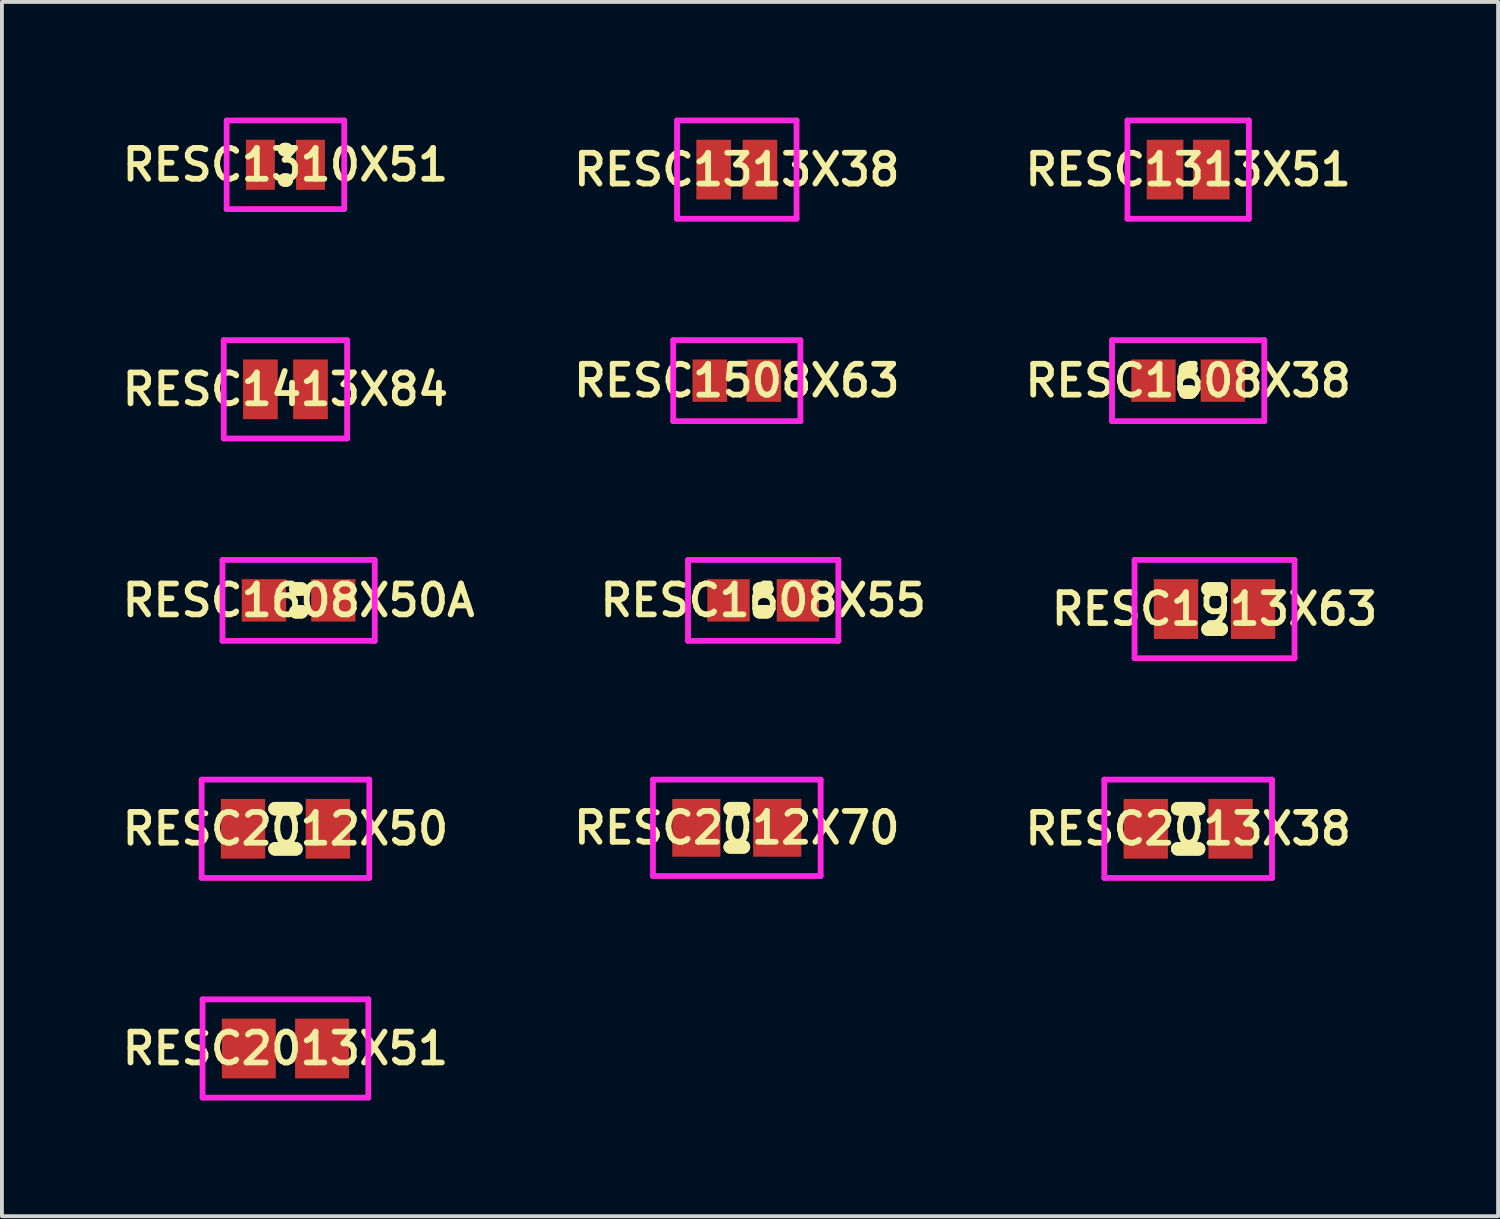
<source format=kicad_pcb>
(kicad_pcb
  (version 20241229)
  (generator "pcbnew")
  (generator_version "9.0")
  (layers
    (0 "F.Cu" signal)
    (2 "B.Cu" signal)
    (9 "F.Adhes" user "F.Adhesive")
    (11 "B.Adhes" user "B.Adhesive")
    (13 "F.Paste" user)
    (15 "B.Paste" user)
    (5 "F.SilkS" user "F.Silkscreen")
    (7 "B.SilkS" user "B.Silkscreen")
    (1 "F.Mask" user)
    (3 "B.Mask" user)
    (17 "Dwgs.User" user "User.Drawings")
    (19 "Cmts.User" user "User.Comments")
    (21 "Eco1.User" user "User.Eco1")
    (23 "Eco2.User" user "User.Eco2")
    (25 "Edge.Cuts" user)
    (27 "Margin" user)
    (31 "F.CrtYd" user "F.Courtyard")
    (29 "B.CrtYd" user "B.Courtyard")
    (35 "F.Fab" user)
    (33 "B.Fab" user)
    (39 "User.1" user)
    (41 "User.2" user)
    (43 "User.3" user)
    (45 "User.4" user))
  (footprint "RESC1413X84"
    (layer "F.Cu")
    (at 4.355 7.05)
    (property "Reference" "RESC1413X84" (at 0 0 0) (layer "F.SilkS") (effects (font (size 0.8 0.8) (thickness 0.15))))
    (attr through_hole)
    (fp_line (start -1.6 -1.275) (end 1.6 -1.275) (stroke (width 0.15) (type solid)) (layer "F.CrtYd"))
    (fp_line (start -1.6 1.275) (end -1.6 -1.275) (stroke (width 0.15) (type solid)) (layer "F.CrtYd"))
    (fp_line (start 1.6 -1.275) (end 1.6 1.275) (stroke (width 0.15) (type solid)) (layer "F.CrtYd"))
    (fp_line (start 1.6 1.275) (end -1.6 1.275) (stroke (width 0.15) (type solid)) (layer "F.CrtYd"))
    (pad "1" smd rect (at -0.65 0) (size 0.9 1.55) (layers "F.Cu" "F.Mask" "F.Paste"))
    (pad "2" smd rect (at 0.65 0) (size 0.9 1.55) (layers "F.Cu" "F.Mask" "F.Paste")))
  (footprint "RESC1608X50A"
    (layer "F.Cu")
    (at 4.697 12.525)
    (property "Reference" "RESC1608X50A" (at 0 0 0) (layer "F.SilkS") (effects (font (size 0.8 0.8) (thickness 0.15))))
    (attr smd)
    (fp_line (start -0.071 -0.296) (end 0.071 -0.296) (stroke (width 0.35) (type solid)) (layer "F.SilkS"))
    (fp_line (start -0.071 0.296) (end 0.071 0.296) (stroke (width 0.35) (type solid)) (layer "F.SilkS"))
    (fp_line (start 0.071 -0.296) (end -0.071 -0.296) (stroke (width 0.35) (type solid)) (layer "F.SilkS"))
    (fp_line (start 0.071 0.296) (end -0.071 0.296) (stroke (width 0.35) (type solid)) (layer "F.SilkS"))
    (fp_line (start -1.975 -1.05) (end 1.975 -1.05) (stroke (width 0.15) (type solid)) (layer "F.CrtYd"))
    (fp_line (start -1.975 1.05) (end -1.975 -1.05) (stroke (width 0.15) (type solid)) (layer "F.CrtYd"))
    (fp_line (start 1.975 -1.05) (end 1.975 1.05) (stroke (width 0.15) (type solid)) (layer "F.CrtYd"))
    (fp_line (start 1.975 1.05) (end -1.975 1.05) (stroke (width 0.15) (type solid)) (layer "F.CrtYd"))
    (pad "1" smd rect (at -0.9 0) (size 1.15 1.1) (layers "F.Cu" "F.Mask" "F.Paste"))
    (pad "2" smd rect (at 0.9 0) (size 1.15 1.1) (layers "F.Cu" "F.Mask" "F.Paste")))
  (footprint "RESC1608X55"
    (layer "F.Cu")
    (at 16.749 12.525)
    (property "Reference" "RESC1608X55" (at 0 0 0) (layer "F.SilkS") (effects (font (size 0.8 0.8) (thickness 0.15))))
    (attr through_hole)
    (fp_line (start -0.096 -0.296) (end 0.096 -0.296) (stroke (width 0.35) (type solid)) (layer "F.SilkS"))
    (fp_line (start -0.096 0.296) (end 0.096 0.296) (stroke (width 0.35) (type solid)) (layer "F.SilkS"))
    (fp_line (start 0.096 -0.296) (end -0.096 -0.296) (stroke (width 0.35) (type solid)) (layer "F.SilkS"))
    (fp_line (start 0.096 0.296) (end -0.096 0.296) (stroke (width 0.35) (type solid)) (layer "F.SilkS"))
    (fp_line (start -1.95 -1.05) (end 1.95 -1.05) (stroke (width 0.15) (type solid)) (layer "F.CrtYd"))
    (fp_line (start -1.95 1.05) (end -1.95 -1.05) (stroke (width 0.15) (type solid)) (layer "F.CrtYd"))
    (fp_line (start 1.95 -1.05) (end 1.95 1.05) (stroke (width 0.15) (type solid)) (layer "F.CrtYd"))
    (fp_line (start 1.95 1.05) (end -1.95 1.05) (stroke (width 0.15) (type solid)) (layer "F.CrtYd"))
    (pad "1" smd rect (at -0.9 0) (size 1.1 1.1) (layers "F.Cu" "F.Mask" "F.Paste"))
    (pad "2" smd rect (at 0.9 0) (size 1.1 1.1) (layers "F.Cu" "F.Mask" "F.Paste")))
  (footprint "RESC2012X70"
    (layer "F.Cu")
    (at 16.064 18.425)
    (property "Reference" "RESC2012X70" (at 0 0 0) (layer "F.SilkS") (effects (font (size 0.8 0.8) (thickness 0.15))))
    (attr smd)
    (fp_line (start -0.171 -0.496) (end 0.171 -0.496) (stroke (width 0.35) (type solid)) (layer "F.SilkS"))
    (fp_line (start -0.171 0.496) (end 0.171 0.496) (stroke (width 0.35) (type solid)) (layer "F.SilkS"))
    (fp_line (start 0.171 -0.496) (end -0.171 -0.496) (stroke (width 0.35) (type solid)) (layer "F.SilkS"))
    (fp_line (start 0.171 0.496) (end -0.171 0.496) (stroke (width 0.35) (type solid)) (layer "F.SilkS"))
    (fp_line (start -2.175 -1.25) (end 2.175 -1.25) (stroke (width 0.15) (type solid)) (layer "F.CrtYd"))
    (fp_line (start -2.175 1.25) (end -2.175 -1.25) (stroke (width 0.15) (type solid)) (layer "F.CrtYd"))
    (fp_line (start 2.175 -1.25) (end 2.175 1.25) (stroke (width 0.15) (type solid)) (layer "F.CrtYd"))
    (fp_line (start 2.175 1.25) (end -2.175 1.25) (stroke (width 0.15) (type solid)) (layer "F.CrtYd"))
    (pad "1" smd rect (at -1.05 0) (size 1.25 1.5) (layers "F.Cu" "F.Mask" "F.Paste"))
    (pad "2" smd rect (at 1.05 0) (size 1.25 1.5) (layers "F.Cu" "F.Mask" "F.Paste")))
  (footprint "RESC1508X63"
    (layer "F.Cu")
    (at 16.064 6.825)
    (property "Reference" "RESC1508X63" (at 0 0 0) (layer "F.SilkS") (effects (font (size 0.8 0.8) (thickness 0.15))))
    (attr smd)
    (fp_line (start -1.65 -1.05) (end 1.65 -1.05) (stroke (width 0.15) (type solid)) (layer "F.CrtYd"))
    (fp_line (start -1.65 1.05) (end -1.65 -1.05) (stroke (width 0.15) (type solid)) (layer "F.CrtYd"))
    (fp_line (start 1.65 -1.05) (end 1.65 1.05) (stroke (width 0.15) (type solid)) (layer "F.CrtYd"))
    (fp_line (start 1.65 1.05) (end -1.65 1.05) (stroke (width 0.15) (type solid)) (layer "F.CrtYd"))
    (pad "1" smd rect (at -0.7 0) (size 0.9 1.1) (layers "F.Cu" "F.Mask" "F.Paste"))
    (pad "2" smd rect (at 0.7 0) (size 0.9 1.1) (layers "F.Cu" "F.Mask" "F.Paste")))
  (footprint "RESC1313X38"
    (layer "F.Cu")
    (at 16.064 1.35)
    (property "Reference" "RESC1313X38" (at 0 0 0) (layer "F.SilkS") (effects (font (size 0.8 0.8) (thickness 0.15))))
    (attr through_hole)
    (fp_line (start -1.55 -1.275) (end 1.55 -1.275) (stroke (width 0.15) (type solid)) (layer "F.CrtYd"))
    (fp_line (start -1.55 1.275) (end -1.55 -1.275) (stroke (width 0.15) (type solid)) (layer "F.CrtYd"))
    (fp_line (start 1.55 -1.275) (end 1.55 1.275) (stroke (width 0.15) (type solid)) (layer "F.CrtYd"))
    (fp_line (start 1.55 1.275) (end -1.55 1.275) (stroke (width 0.15) (type solid)) (layer "F.CrtYd"))
    (pad "1" smd rect (at -0.6 0) (size 0.9 1.55) (layers "F.Cu" "F.Mask" "F.Paste"))
    (pad "2" smd rect (at 0.6 0) (size 0.9 1.55) (layers "F.Cu" "F.Mask" "F.Paste")))
  (footprint "RESC1608X38"
    (layer "F.Cu")
    (at 27.773 6.825)
    (property "Reference" "RESC1608X38" (at 0 0 0) (layer "F.SilkS") (effects (font (size 0.8 0.8) (thickness 0.15))))
    (attr through_hole)
    (fp_line (start -0.071 -0.296) (end 0.071 -0.296) (stroke (width 0.35) (type solid)) (layer "F.SilkS"))
    (fp_line (start -0.071 0.296) (end 0.071 0.296) (stroke (width 0.35) (type solid)) (layer "F.SilkS"))
    (fp_line (start 0.071 -0.296) (end -0.071 -0.296) (stroke (width 0.35) (type solid)) (layer "F.SilkS"))
    (fp_line (start 0.071 0.296) (end -0.071 0.296) (stroke (width 0.35) (type solid)) (layer "F.SilkS"))
    (fp_line (start -1.975 -1.05) (end 1.975 -1.05) (stroke (width 0.15) (type solid)) (layer "F.CrtYd"))
    (fp_line (start -1.975 1.05) (end -1.975 -1.05) (stroke (width 0.15) (type solid)) (layer "F.CrtYd"))
    (fp_line (start 1.975 -1.05) (end 1.975 1.05) (stroke (width 0.15) (type solid)) (layer "F.CrtYd"))
    (fp_line (start 1.975 1.05) (end -1.975 1.05) (stroke (width 0.15) (type solid)) (layer "F.CrtYd"))
    (pad "1" smd rect (at -0.9 0) (size 1.15 1.1) (layers "F.Cu" "F.Mask" "F.Paste"))
    (pad "2" smd rect (at 0.9 0) (size 1.15 1.1) (layers "F.Cu" "F.Mask" "F.Paste")))
  (footprint "RESC2013X51"
    (layer "F.Cu")
    (at 4.355 24.15)
    (property "Reference" "RESC2013X51" (at 0 0 0) (layer "F.SilkS") (effects (font (size 0.8 0.8) (thickness 0.15))))
    (attr through_hole)
    (fp_line (start -2.15 -1.275) (end 2.15 -1.275) (stroke (width 0.15) (type solid)) (layer "F.CrtYd"))
    (fp_line (start -2.15 1.275) (end -2.15 -1.275) (stroke (width 0.15) (type solid)) (layer "F.CrtYd"))
    (fp_line (start 2.15 -1.275) (end 2.15 1.275) (stroke (width 0.15) (type solid)) (layer "F.CrtYd"))
    (fp_line (start 2.15 1.275) (end -2.15 1.275) (stroke (width 0.15) (type solid)) (layer "F.CrtYd"))
    (pad "1" smd rect (at -0.95 0) (size 1.4 1.55) (layers "F.Cu" "F.Mask" "F.Paste"))
    (pad "2" smd rect (at 0.95 0) (size 1.4 1.55) (layers "F.Cu" "F.Mask" "F.Paste")))
  (footprint "RESC1310X51"
    (layer "F.Cu")
    (at 4.355 1.225)
    (property "Reference" "RESC1310X51" (at 0 0 0) (layer "F.SilkS") (effects (font (size 0.8 0.8) (thickness 0.15))))
    (attr through_hole)
    (fp_line (start -0.021 -0.396) (end 0.021 -0.396) (stroke (width 0.35) (type solid)) (layer "F.SilkS"))
    (fp_line (start -0.021 0.396) (end 0.021 0.396) (stroke (width 0.35) (type solid)) (layer "F.SilkS"))
    (fp_line (start 0.021 -0.396) (end -0.021 -0.396) (stroke (width 0.35) (type solid)) (layer "F.SilkS"))
    (fp_line (start 0.021 0.396) (end -0.021 0.396) (stroke (width 0.35) (type solid)) (layer "F.SilkS"))
    (fp_line (start -1.525 -1.15) (end 1.525 -1.15) (stroke (width 0.15) (type solid)) (layer "F.CrtYd"))
    (fp_line (start -1.525 1.15) (end -1.525 -1.15) (stroke (width 0.15) (type solid)) (layer "F.CrtYd"))
    (fp_line (start 1.525 -1.15) (end 1.525 1.15) (stroke (width 0.15) (type solid)) (layer "F.CrtYd"))
    (fp_line (start 1.525 1.15) (end -1.525 1.15) (stroke (width 0.15) (type solid)) (layer "F.CrtYd"))
    (pad "1" smd rect (at -0.65 0) (size 0.75 1.3) (layers "F.Cu" "F.Mask" "F.Paste"))
    (pad "2" smd rect (at 0.65 0) (size 0.75 1.3) (layers "F.Cu" "F.Mask" "F.Paste")))
  (footprint "RESC2013X38"
    (layer "F.Cu")
    (at 27.773 18.45)
    (property "Reference" "RESC2013X38" (at 0 0 0) (layer "F.SilkS") (effects (font (size 0.8 0.8) (thickness 0.15))))
    (attr through_hole)
    (fp_line (start -0.271 -0.521) (end 0.271 -0.521) (stroke (width 0.35) (type solid)) (layer "F.SilkS"))
    (fp_line (start -0.271 0.521) (end 0.271 0.521) (stroke (width 0.35) (type solid)) (layer "F.SilkS"))
    (fp_line (start 0.271 -0.521) (end -0.271 -0.521) (stroke (width 0.35) (type solid)) (layer "F.SilkS"))
    (fp_line (start 0.271 0.521) (end -0.271 0.521) (stroke (width 0.35) (type solid)) (layer "F.SilkS"))
    (fp_line (start -2.175 -1.275) (end 2.175 -1.275) (stroke (width 0.15) (type solid)) (layer "F.CrtYd"))
    (fp_line (start -2.175 1.275) (end -2.175 -1.275) (stroke (width 0.15) (type solid)) (layer "F.CrtYd"))
    (fp_line (start 2.175 -1.275) (end 2.175 1.275) (stroke (width 0.15) (type solid)) (layer "F.CrtYd"))
    (fp_line (start 2.175 1.275) (end -2.175 1.275) (stroke (width 0.15) (type solid)) (layer "F.CrtYd"))
    (pad "1" smd rect (at -1.1 0) (size 1.15 1.55) (layers "F.Cu" "F.Mask" "F.Paste"))
    (pad "2" smd rect (at 1.1 0) (size 1.15 1.55) (layers "F.Cu" "F.Mask" "F.Paste")))
  (footprint "RESC1913X63"
    (layer "F.Cu")
    (at 28.458 12.75)
    (property "Reference" "RESC1913X63" (at 0 0 0) (layer "F.SilkS") (effects (font (size 0.8 0.8) (thickness 0.15))))
    (attr smd)
    (fp_line (start -0.171 -0.521) (end 0.171 -0.521) (stroke (width 0.35) (type solid)) (layer "F.SilkS"))
    (fp_line (start -0.171 0.521) (end 0.171 0.521) (stroke (width 0.35) (type solid)) (layer "F.SilkS"))
    (fp_line (start 0.171 -0.521) (end -0.171 -0.521) (stroke (width 0.35) (type solid)) (layer "F.SilkS"))
    (fp_line (start 0.171 0.521) (end -0.171 0.521) (stroke (width 0.35) (type solid)) (layer "F.SilkS"))
    (fp_line (start -2.075 -1.275) (end 2.075 -1.275) (stroke (width 0.15) (type solid)) (layer "F.CrtYd"))
    (fp_line (start -2.075 1.275) (end -2.075 -1.275) (stroke (width 0.15) (type solid)) (layer "F.CrtYd"))
    (fp_line (start 2.075 -1.275) (end 2.075 1.275) (stroke (width 0.15) (type solid)) (layer "F.CrtYd"))
    (fp_line (start 2.075 1.275) (end -2.075 1.275) (stroke (width 0.15) (type solid)) (layer "F.CrtYd"))
    (pad "1" smd rect (at -1 0) (size 1.15 1.55) (layers "F.Cu" "F.Mask" "F.Paste"))
    (pad "2" smd rect (at 1 0) (size 1.15 1.55) (layers "F.Cu" "F.Mask" "F.Paste")))
  (footprint "RESC2012X50"
    (layer "F.Cu")
    (at 4.355 18.45)
    (property "Reference" "RESC2012X50" (at 0 0 0) (layer "F.SilkS") (effects (font (size 0.8 0.8) (thickness 0.15))))
    (attr smd)
    (fp_line (start -0.271 -0.521) (end 0.271 -0.521) (stroke (width 0.35) (type solid)) (layer "F.SilkS"))
    (fp_line (start -0.271 0.521) (end 0.271 0.521) (stroke (width 0.35) (type solid)) (layer "F.SilkS"))
    (fp_line (start 0.271 -0.521) (end -0.271 -0.521) (stroke (width 0.35) (type solid)) (layer "F.SilkS"))
    (fp_line (start 0.271 0.521) (end -0.271 0.521) (stroke (width 0.35) (type solid)) (layer "F.SilkS"))
    (fp_line (start -2.175 -1.275) (end 2.175 -1.275) (stroke (width 0.15) (type solid)) (layer "F.CrtYd"))
    (fp_line (start -2.175 1.275) (end -2.175 -1.275) (stroke (width 0.15) (type solid)) (layer "F.CrtYd"))
    (fp_line (start 2.175 -1.275) (end 2.175 1.275) (stroke (width 0.15) (type solid)) (layer "F.CrtYd"))
    (fp_line (start 2.175 1.275) (end -2.175 1.275) (stroke (width 0.15) (type solid)) (layer "F.CrtYd"))
    (pad "1" smd rect (at -1.1 0) (size 1.15 1.55) (layers "F.Cu" "F.Mask" "F.Paste"))
    (pad "2" smd rect (at 1.1 0) (size 1.15 1.55) (layers "F.Cu" "F.Mask" "F.Paste")))
  (footprint "RESC1313X51"
    (layer "F.Cu")
    (at 27.773 1.35)
    (property "Reference" "RESC1313X51" (at 0 0 0) (layer "F.SilkS") (effects (font (size 0.8 0.8) (thickness 0.15))))
    (attr through_hole)
    (fp_line (start -1.575 -1.275) (end 1.575 -1.275) (stroke (width 0.15) (type solid)) (layer "F.CrtYd"))
    (fp_line (start -1.575 1.275) (end -1.575 -1.275) (stroke (width 0.15) (type solid)) (layer "F.CrtYd"))
    (fp_line (start 1.575 -1.275) (end 1.575 1.275) (stroke (width 0.15) (type solid)) (layer "F.CrtYd"))
    (fp_line (start 1.575 1.275) (end -1.575 1.275) (stroke (width 0.15) (type solid)) (layer "F.CrtYd"))
    (pad "1" smd rect (at -0.6 0) (size 0.95 1.55) (layers "F.Cu" "F.Mask" "F.Paste"))
    (pad "2" smd rect (at 0.6 0) (size 0.95 1.55) (layers "F.Cu" "F.Mask" "F.Paste")))
  (gr_rect
    (start -3 -3)
    (end 35.813 28.5)
    (stroke (width 0.1) (type default))
    (fill no)
    (layer "Edge.Cuts")))
</source>
